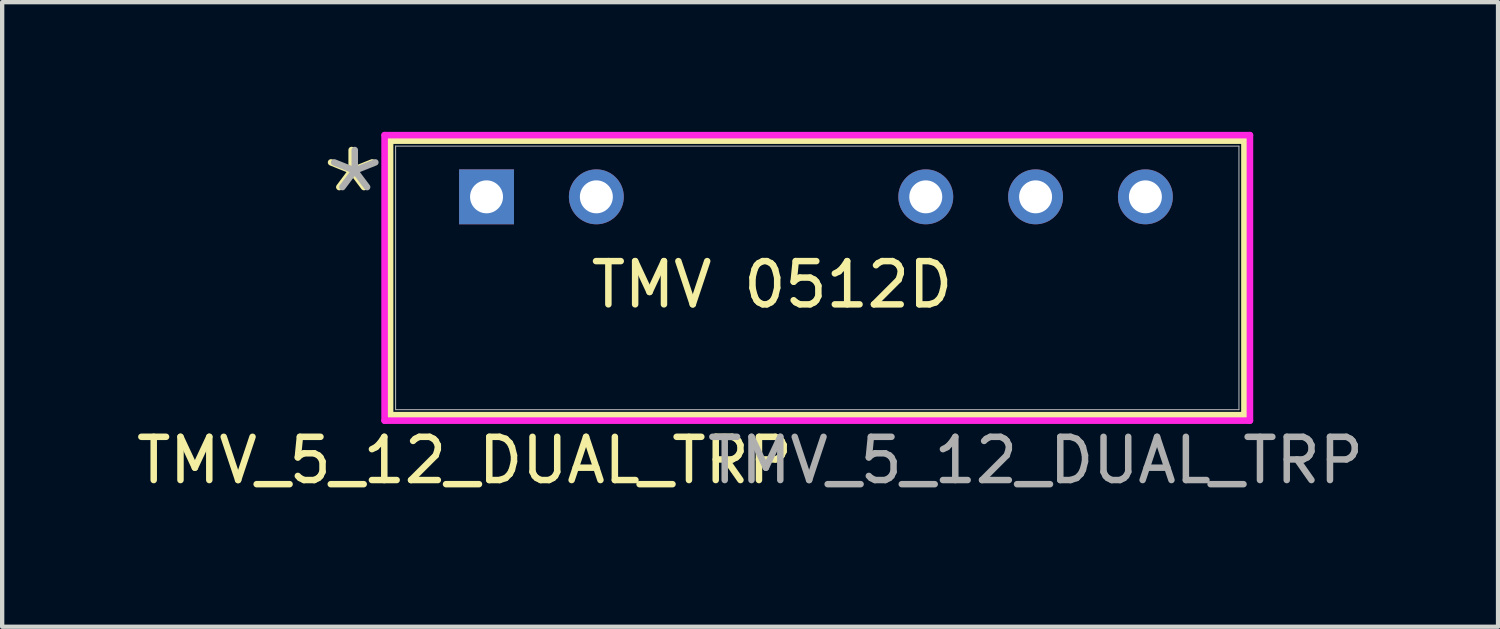
<source format=kicad_pcb>
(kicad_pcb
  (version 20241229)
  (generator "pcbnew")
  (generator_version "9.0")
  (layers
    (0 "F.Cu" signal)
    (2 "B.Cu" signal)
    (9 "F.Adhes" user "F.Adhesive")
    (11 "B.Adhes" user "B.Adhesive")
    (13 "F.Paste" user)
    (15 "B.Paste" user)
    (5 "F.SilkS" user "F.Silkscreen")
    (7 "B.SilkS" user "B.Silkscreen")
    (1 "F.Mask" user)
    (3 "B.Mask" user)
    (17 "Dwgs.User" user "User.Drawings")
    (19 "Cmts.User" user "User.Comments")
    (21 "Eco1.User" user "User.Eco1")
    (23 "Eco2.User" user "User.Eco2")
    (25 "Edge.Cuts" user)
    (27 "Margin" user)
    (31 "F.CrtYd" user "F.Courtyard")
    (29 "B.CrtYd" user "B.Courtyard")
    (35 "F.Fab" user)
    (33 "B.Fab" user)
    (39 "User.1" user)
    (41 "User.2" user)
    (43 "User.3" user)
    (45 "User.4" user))
  (footprint "TMV_5_12_DUAL_TRP"
    (layer "F.Cu")
    (at 8.204 1.503)
    (property "Reference" "TMV_5_12_DUAL_TRP" (at -0.508 6.096 0) (unlocked yes) (layer "F.SilkS") (effects (font (size 1 1) (thickness 0.15))))
    (attr through_hole)
    (fp_line (start -2.231 -1.3) (end -2.231 5.05) (stroke (width 0.152) (type solid)) (layer "F.SilkS"))
    (fp_line (start -2.231 5.05) (end 17.531 5.05) (stroke (width 0.152) (type solid)) (layer "F.SilkS"))
    (fp_line (start 17.531 -1.3) (end -2.231 -1.3) (stroke (width 0.152) (type solid)) (layer "F.SilkS"))
    (fp_line (start 17.531 5.05) (end 17.531 -1.3) (stroke (width 0.152) (type solid)) (layer "F.SilkS"))
    (fp_line (start -2.358 -1.427) (end 17.658 -1.427) (stroke (width 0.152) (type solid)) (layer "F.CrtYd"))
    (fp_line (start -2.358 5.177) (end -2.358 -1.427) (stroke (width 0.152) (type solid)) (layer "F.CrtYd"))
    (fp_line (start 17.658 -1.427) (end 17.658 5.177) (stroke (width 0.152) (type solid)) (layer "F.CrtYd"))
    (fp_line (start 17.658 5.177) (end -2.358 5.177) (stroke (width 0.152) (type solid)) (layer "F.CrtYd"))
    (fp_line (start -2.104 -1.173) (end -2.104 4.923) (stroke (width 0.025) (type solid)) (layer "F.Fab"))
    (fp_line (start -2.104 4.923) (end 17.404 4.923) (stroke (width 0.025) (type solid)) (layer "F.Fab"))
    (fp_line (start 17.404 -1.173) (end -2.104 -1.173) (stroke (width 0.025) (type solid)) (layer "F.Fab"))
    (fp_line (start 17.404 4.923) (end 17.404 -1.173) (stroke (width 0.025) (type solid)) (layer "F.Fab"))
    (fp_text user "*" (at -3.12 0 0) (layer "F.SilkS") (effects (font (size 2 2) (thickness 0.15))))
    (fp_text user "TMV 0512D" (at 6.604 2.032 0) (layer "F.SilkS") (effects (font (size 1 1) (thickness 0.15))))
    (fp_text user "${REFERENCE}" (at 12.7 6.096 0) (unlocked yes) (layer "F.Fab") (effects (font (size 1 1) (thickness 0.15))))
    (fp_text user "*" (at -3.048 0 0) (layer "F.Fab") (effects (font (size 2 2) (thickness 0.15))))
    (pad "1" thru_hole rect (at 0 0) (size 1.27 1.27) (drill 0.762) (layers "*.Cu" "*.Mask"))
    (pad "2" thru_hole circle (at 2.54 0) (size 1.27 1.27) (drill 0.762) (layers "*.Cu" "*.Mask"))
    (pad "5" thru_hole circle (at 10.16 0) (size 1.27 1.27) (drill 0.762) (layers "*.Cu" "*.Mask"))
    (pad "6" thru_hole circle (at 12.7 0) (size 1.27 1.27) (drill 0.762) (layers "*.Cu" "*.Mask"))
    (pad "7" thru_hole circle (at 15.24 0) (size 1.27 1.27) (drill 0.762) (layers "*.Cu" "*.Mask")))
  (gr_rect
    (start -3 -3)
    (end 31.601 11.447)
    (stroke (width 0.1) (type default))
    (fill no)
    (layer "Edge.Cuts")))
</source>
